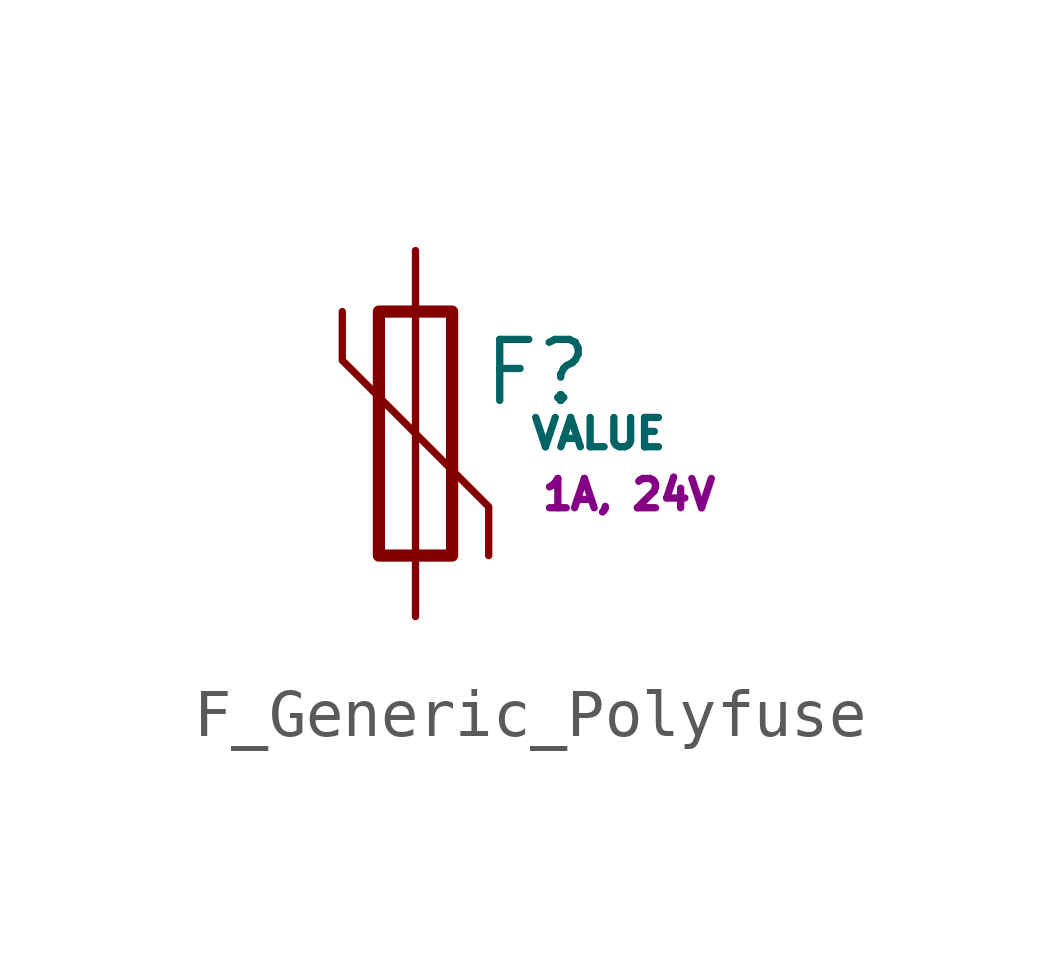
<source format=kicad_sym>
(kicad_symbol_lib
  (version 20220914)
  (generator kicad_symbol_editor)
  (symbol "F_Generic_Polyfuse"
    (pin_numbers hide)
    (pin_names
      (offset 0) hide)
    (property "Reference" "F"
      (at 2.54 1.27 0)
      (effects (font (size 1.27 1.27))))
    (property "Value" "VALUE"
      (at 3.81 0 0)
      (effects (font (size 0.61 0.61))))
    (property "Params" "1A, 24V"
      (at 4.445 -1.27 0)
      (effects (font (size 0.61 0.61))))
    (symbol "F_Generic_Polyfuse_0_1"
      (rectangle (start -0.762 2.54) (end 0.762 -2.54) (stroke (width 0.254) (type default)) (fill (type none)))
      (polyline (pts (xy 0 2.54) (xy 0 -2.54)) (stroke (width 0) (type default)) (fill (type none)))
      (polyline (pts (xy -1.524 2.54) (xy -1.524 1.524) (xy 1.524 -1.524) (xy 1.524 -2.54)) (stroke (width 0) (type default)) (fill (type none))))
    (symbol "F_Generic_Polyfuse_1_1"
      (pin passive line (at 0 3.81 270) (length 1.27) (name "~" (effects (font (size 1.27 1.27)))) (number "1" (effects (font (size 1.27 1.27)))))
      (pin passive line (at 0 -3.81 90) (length 1.27) (name "~" (effects (font (size 1.27 1.27)))) (number "2" (effects (font (size 1.27 1.27))))))))
</source>
